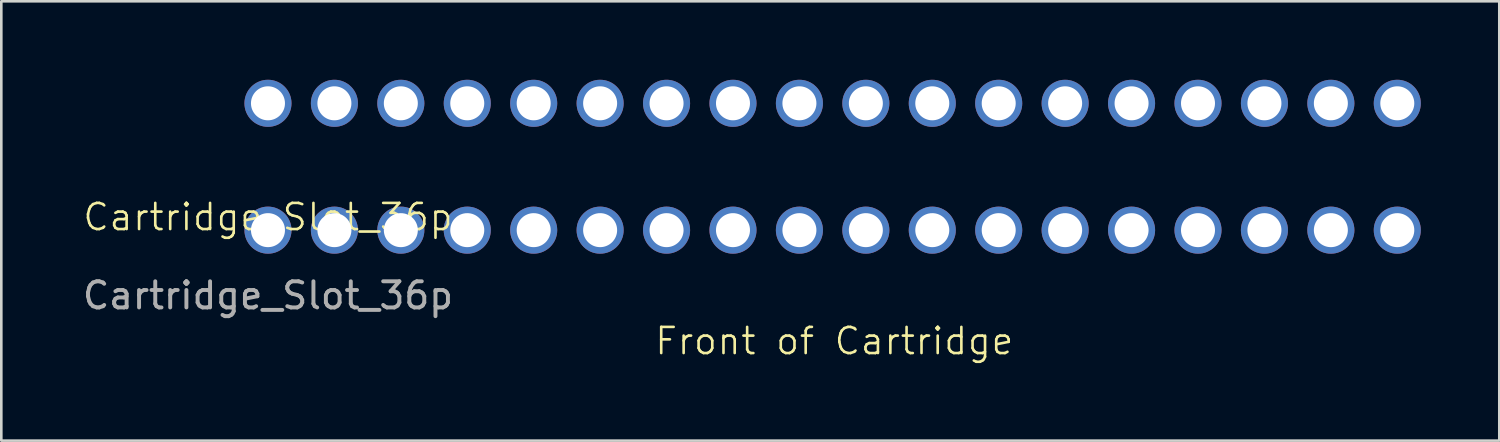
<source format=kicad_pcb>
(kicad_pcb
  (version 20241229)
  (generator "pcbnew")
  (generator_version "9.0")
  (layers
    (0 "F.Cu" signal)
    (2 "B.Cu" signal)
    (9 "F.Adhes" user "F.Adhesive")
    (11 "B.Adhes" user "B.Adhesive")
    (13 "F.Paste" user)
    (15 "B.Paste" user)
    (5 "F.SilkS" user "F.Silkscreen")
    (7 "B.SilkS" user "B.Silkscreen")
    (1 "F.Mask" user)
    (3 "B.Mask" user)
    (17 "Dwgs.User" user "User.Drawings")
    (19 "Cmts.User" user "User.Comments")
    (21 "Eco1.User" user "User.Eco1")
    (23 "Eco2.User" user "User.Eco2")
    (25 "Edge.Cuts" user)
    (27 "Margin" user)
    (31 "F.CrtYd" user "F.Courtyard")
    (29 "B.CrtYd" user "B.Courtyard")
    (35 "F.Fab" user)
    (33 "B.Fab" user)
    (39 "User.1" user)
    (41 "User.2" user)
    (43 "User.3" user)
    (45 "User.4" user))
  (footprint "Cartridge_Slot_36p"
    (layer "F.Cu")
    (at 7.196 5.75)
    (property "Reference" "Cartridge_Slot_36p" (at 0 -0.5 0) (unlocked yes) (layer "F.SilkS") (effects (font (size 1 1) (thickness 0.1))))
    (attr through_hole)
    (fp_text user "Front of Cartridge" (at 14.732 4.826 0) (unlocked yes) (layer "F.SilkS") (effects (font (size 1 1) (thickness 0.1)) (justify left bottom)))
    (fp_text user "${REFERENCE}" (at 0 2.5 0) (unlocked yes) (layer "F.Fab") (effects (font (size 1 1) (thickness 0.15))))
    (pad "1" thru_hole circle (at 0 0) (size 1.8 1.8) (drill 1.3) (layers "*.Cu" "*.Mask"))
    (pad "2" thru_hole circle (at 0 -4.85) (size 1.8 1.8) (drill 1.3) (layers "*.Cu" "*.Mask"))
    (pad "3" thru_hole circle (at 2.54 0) (size 1.8 1.8) (drill 1.3) (layers "*.Cu" "*.Mask"))
    (pad "4" thru_hole circle (at 2.54 -4.85) (size 1.8 1.8) (drill 1.3) (layers "*.Cu" "*.Mask"))
    (pad "5" thru_hole circle (at 5.08 0 90) (size 1.8 1.8) (drill 1.3) (layers "*.Cu" "*.Mask"))
    (pad "6" thru_hole circle (at 5.08 -4.85 180) (size 1.8 1.8) (drill 1.3) (layers "*.Cu" "*.Mask"))
    (pad "7" thru_hole circle (at 7.62 0 90) (size 1.8 1.8) (drill 1.3) (layers "*.Cu" "*.Mask"))
    (pad "8" thru_hole circle (at 7.62 -4.85 180) (size 1.8 1.8) (drill 1.3) (layers "*.Cu" "*.Mask"))
    (pad "9" thru_hole circle (at 10.16 0 90) (size 1.8 1.8) (drill 1.3) (layers "*.Cu" "*.Mask"))
    (pad "10" thru_hole circle (at 10.16 -4.85 180) (size 1.8 1.8) (drill 1.3) (layers "*.Cu" "*.Mask"))
    (pad "11" thru_hole circle (at 12.7 0 90) (size 1.8 1.8) (drill 1.3) (layers "*.Cu" "*.Mask"))
    (pad "12" thru_hole circle (at 12.7 -4.85 180) (size 1.8 1.8) (drill 1.3) (layers "*.Cu" "*.Mask"))
    (pad "13" thru_hole circle (at 15.24 0 90) (size 1.8 1.8) (drill 1.3) (layers "*.Cu" "*.Mask"))
    (pad "14" thru_hole circle (at 15.24 -4.85 180) (size 1.8 1.8) (drill 1.3) (layers "*.Cu" "*.Mask"))
    (pad "15" thru_hole circle (at 17.78 0 180) (size 1.8 1.8) (drill 1.3) (layers "*.Cu" "*.Mask"))
    (pad "16" thru_hole circle (at 17.78 -4.85 180) (size 1.8 1.8) (drill 1.3) (layers "*.Cu" "*.Mask"))
    (pad "17" thru_hole circle (at 20.32 0 180) (size 1.8 1.8) (drill 1.3) (layers "*.Cu" "*.Mask"))
    (pad "18" thru_hole circle (at 20.32 -4.85 180) (size 1.8 1.8) (drill 1.3) (layers "*.Cu" "*.Mask"))
    (pad "19" thru_hole circle (at 22.86 0 180) (size 1.8 1.8) (drill 1.3) (layers "*.Cu" "*.Mask"))
    (pad "20" thru_hole circle (at 22.86 -4.85 180) (size 1.8 1.8) (drill 1.3) (layers "*.Cu" "*.Mask"))
    (pad "21" thru_hole circle (at 25.4 0 180) (size 1.8 1.8) (drill 1.3) (layers "*.Cu" "*.Mask"))
    (pad "22" thru_hole circle (at 25.4 -4.85 180) (size 1.8 1.8) (drill 1.3) (layers "*.Cu" "*.Mask"))
    (pad "23" thru_hole circle (at 27.94 0 180) (size 1.8 1.8) (drill 1.3) (layers "*.Cu" "*.Mask"))
    (pad "24" thru_hole circle (at 27.94 -4.85 180) (size 1.8 1.8) (drill 1.3) (layers "*.Cu" "*.Mask"))
    (pad "25" thru_hole circle (at 30.48 0 180) (size 1.8 1.8) (drill 1.3) (layers "*.Cu" "*.Mask"))
    (pad "26" thru_hole circle (at 30.48 -4.85 180) (size 1.8 1.8) (drill 1.3) (layers "*.Cu" "*.Mask"))
    (pad "27" thru_hole circle (at 33.02 0 180) (size 1.8 1.8) (drill 1.3) (layers "*.Cu" "*.Mask"))
    (pad "28" thru_hole circle (at 33.02 -4.85 180) (size 1.8 1.8) (drill 1.3) (layers "*.Cu" "*.Mask"))
    (pad "29" thru_hole circle (at 35.56 0 180) (size 1.8 1.8) (drill 1.3) (layers "*.Cu" "*.Mask"))
    (pad "30" thru_hole circle (at 35.56 -4.85 180) (size 1.8 1.8) (drill 1.3) (layers "*.Cu" "*.Mask"))
    (pad "31" thru_hole circle (at 38.1 0 180) (size 1.8 1.8) (drill 1.3) (layers "*.Cu" "*.Mask"))
    (pad "32" thru_hole circle (at 38.1 -4.85 180) (size 1.8 1.8) (drill 1.3) (layers "*.Cu" "*.Mask"))
    (pad "33" thru_hole circle (at 40.64 0 180) (size 1.8 1.8) (drill 1.3) (layers "*.Cu" "*.Mask"))
    (pad "34" thru_hole circle (at 40.64 -4.85 180) (size 1.8 1.8) (drill 1.3) (layers "*.Cu" "*.Mask"))
    (pad "35" thru_hole circle (at 43.18 0 180) (size 1.8 1.8) (drill 1.3) (layers "*.Cu" "*.Mask"))
    (pad "36" thru_hole circle (at 43.18 -4.85 180) (size 1.8 1.8) (drill 1.3) (layers "*.Cu" "*.Mask")))
  (gr_rect
    (start -3 -3)
    (end 54.276 13.797)
    (stroke (width 0.1) (type default))
    (fill no)
    (layer "Edge.Cuts")))
</source>
